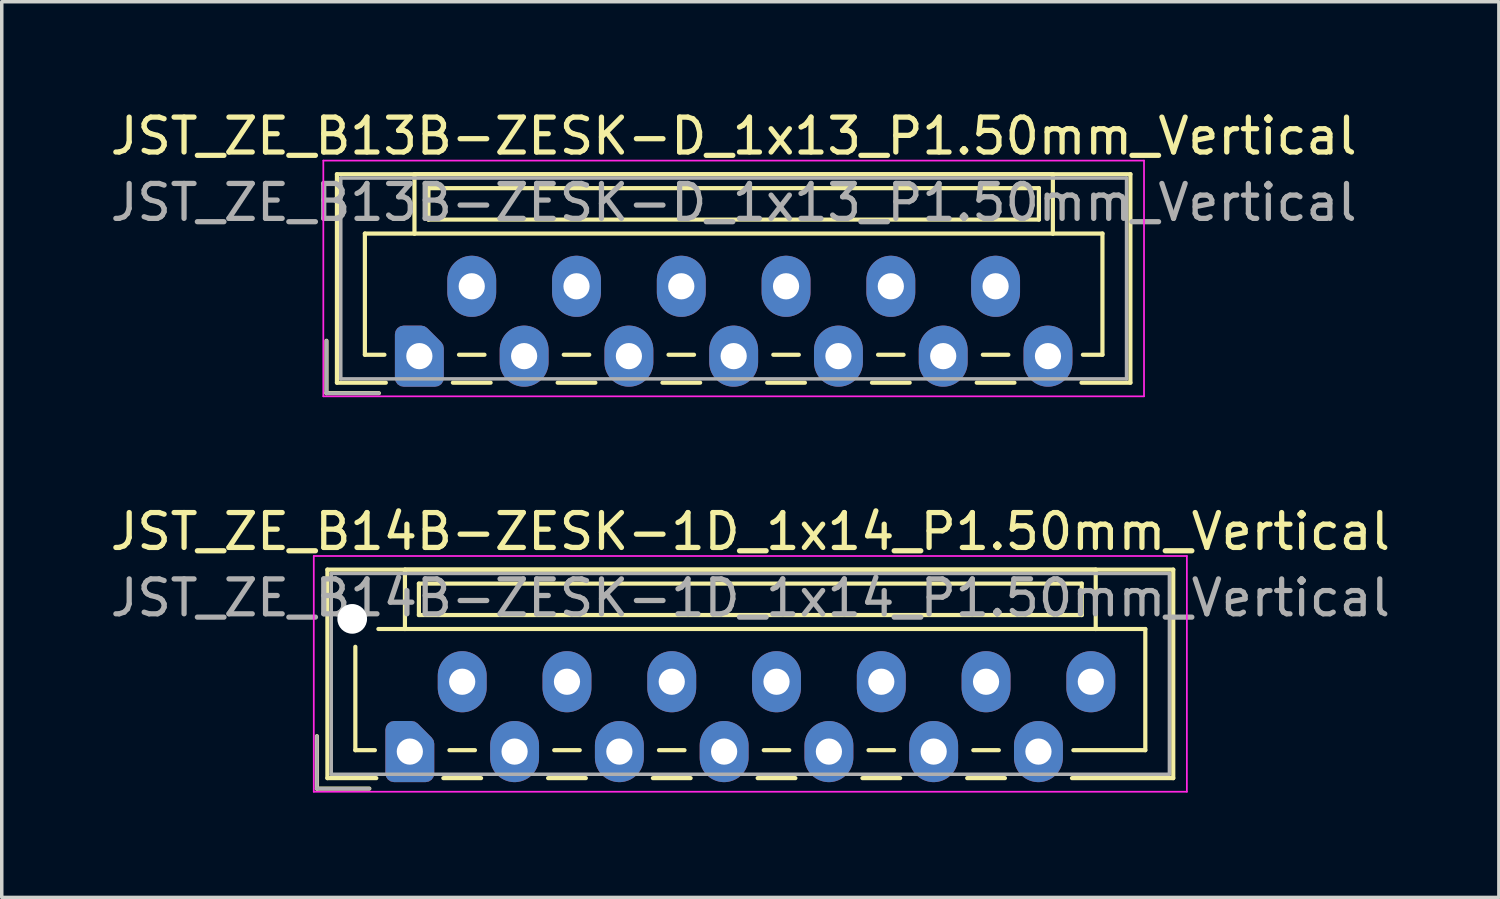
<source format=kicad_pcb>
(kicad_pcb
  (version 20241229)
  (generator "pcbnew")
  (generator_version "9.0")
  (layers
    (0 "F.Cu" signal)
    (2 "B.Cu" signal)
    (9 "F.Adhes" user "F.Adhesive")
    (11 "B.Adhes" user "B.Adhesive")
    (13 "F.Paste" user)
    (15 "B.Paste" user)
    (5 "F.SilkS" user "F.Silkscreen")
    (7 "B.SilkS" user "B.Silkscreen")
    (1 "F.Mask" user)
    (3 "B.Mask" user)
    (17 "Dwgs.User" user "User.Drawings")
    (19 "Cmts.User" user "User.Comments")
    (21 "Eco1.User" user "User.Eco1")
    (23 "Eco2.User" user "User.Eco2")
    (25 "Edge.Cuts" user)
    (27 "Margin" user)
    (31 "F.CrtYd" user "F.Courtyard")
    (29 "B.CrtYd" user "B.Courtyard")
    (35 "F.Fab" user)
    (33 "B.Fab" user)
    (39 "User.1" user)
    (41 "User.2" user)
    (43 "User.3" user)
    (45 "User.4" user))
  (footprint "JST_ZE_B13B-ZESK-D_1x13_P1.50mm_Vertical"
    (layer "F.Cu")
    (at 8.958 7.148)
    (property "Reference" "JST_ZE_B13B-ZESK-D_1x13_P1.50mm_Vertical" (at 9 -6.3 0) (layer "F.SilkS") (effects (font (size 1 1) (thickness 0.15))))
    (attr through_hole)
    (fp_line (start -2.66 -0.44) (end -2.66 1.06) (stroke (width 0.12) (type solid)) (layer "F.SilkS"))
    (fp_line (start -2.66 1.06) (end -1.16 1.06) (stroke (width 0.12) (type solid)) (layer "F.SilkS"))
    (fp_line (start -2.36 -5.21) (end 20.36 -5.21) (stroke (width 0.12) (type solid)) (layer "F.SilkS"))
    (fp_line (start -2.36 0.76) (end -2.36 -5.21) (stroke (width 0.12) (type solid)) (layer "F.SilkS"))
    (fp_line (start -1.56 -3.51) (end -1.56 -0.04) (stroke (width 0.12) (type solid)) (layer "F.SilkS"))
    (fp_line (start -1.56 -0.04) (end -1 -0.04) (stroke (width 0.12) (type solid)) (layer "F.SilkS"))
    (fp_line (start -0.96 0.76) (end -2.36 0.76) (stroke (width 0.12) (type solid)) (layer "F.SilkS"))
    (fp_line (start -0.14 -5.21) (end -0.14 -3.51) (stroke (width 0.12) (type solid)) (layer "F.SilkS"))
    (fp_line (start -0.14 -3.51) (end -1.56 -3.51) (stroke (width 0.12) (type solid)) (layer "F.SilkS"))
    (fp_line (start -0.14 -3.51) (end 18.14 -3.51) (stroke (width 0.12) (type solid)) (layer "F.SilkS"))
    (fp_line (start 0.26 -4.81) (end 0.26 -3.91) (stroke (width 0.12) (type solid)) (layer "F.SilkS"))
    (fp_line (start 0.26 -3.91) (end 17.74 -3.91) (stroke (width 0.12) (type solid)) (layer "F.SilkS"))
    (fp_line (start 0.96 0.76) (end 2.04 0.76) (stroke (width 0.12) (type solid)) (layer "F.SilkS"))
    (fp_line (start 1.135 -0.04) (end 1.865 -0.04) (stroke (width 0.12) (type solid)) (layer "F.SilkS"))
    (fp_line (start 3.96 0.76) (end 5.04 0.76) (stroke (width 0.12) (type solid)) (layer "F.SilkS"))
    (fp_line (start 4.135 -0.04) (end 4.865 -0.04) (stroke (width 0.12) (type solid)) (layer "F.SilkS"))
    (fp_line (start 6.96 0.76) (end 8.04 0.76) (stroke (width 0.12) (type solid)) (layer "F.SilkS"))
    (fp_line (start 7.135 -0.04) (end 7.865 -0.04) (stroke (width 0.12) (type solid)) (layer "F.SilkS"))
    (fp_line (start 9.96 0.76) (end 11.04 0.76) (stroke (width 0.12) (type solid)) (layer "F.SilkS"))
    (fp_line (start 10.135 -0.04) (end 10.865 -0.04) (stroke (width 0.12) (type solid)) (layer "F.SilkS"))
    (fp_line (start 12.96 0.76) (end 14.04 0.76) (stroke (width 0.12) (type solid)) (layer "F.SilkS"))
    (fp_line (start 13.135 -0.04) (end 13.865 -0.04) (stroke (width 0.12) (type solid)) (layer "F.SilkS"))
    (fp_line (start 15.96 0.76) (end 17.04 0.76) (stroke (width 0.12) (type solid)) (layer "F.SilkS"))
    (fp_line (start 16.135 -0.04) (end 16.865 -0.04) (stroke (width 0.12) (type solid)) (layer "F.SilkS"))
    (fp_line (start 17.74 -4.81) (end 0.26 -4.81) (stroke (width 0.12) (type solid)) (layer "F.SilkS"))
    (fp_line (start 17.74 -3.91) (end 17.74 -4.81) (stroke (width 0.12) (type solid)) (layer "F.SilkS"))
    (fp_line (start 18.14 -5.21) (end -0.14 -5.21) (stroke (width 0.12) (type solid)) (layer "F.SilkS"))
    (fp_line (start 18.14 -3.51) (end 18.14 -5.21) (stroke (width 0.12) (type solid)) (layer "F.SilkS"))
    (fp_line (start 18.14 -3.51) (end 19.56 -3.51) (stroke (width 0.12) (type solid)) (layer "F.SilkS"))
    (fp_line (start 19.56 -3.51) (end 19.56 -0.04) (stroke (width 0.12) (type solid)) (layer "F.SilkS"))
    (fp_line (start 19.56 -0.04) (end 19 -0.04) (stroke (width 0.12) (type solid)) (layer "F.SilkS"))
    (fp_line (start 20.36 -5.21) (end 20.36 0.76) (stroke (width 0.12) (type solid)) (layer "F.SilkS"))
    (fp_line (start 20.36 0.76) (end 18.96 0.76) (stroke (width 0.12) (type solid)) (layer "F.SilkS"))
    (fp_line (start -2.75 -5.6) (end -2.75 1.15) (stroke (width 0.05) (type solid)) (layer "F.CrtYd"))
    (fp_line (start -2.75 1.15) (end 20.75 1.15) (stroke (width 0.05) (type solid)) (layer "F.CrtYd"))
    (fp_line (start 20.75 -5.6) (end -2.75 -5.6) (stroke (width 0.05) (type solid)) (layer "F.CrtYd"))
    (fp_line (start 20.75 1.15) (end 20.75 -5.6) (stroke (width 0.05) (type solid)) (layer "F.CrtYd"))
    (fp_line (start -2.66 -0.44) (end -2.66 1.06) (stroke (width 0.1) (type solid)) (layer "F.Fab"))
    (fp_line (start -2.66 1.06) (end -1.16 1.06) (stroke (width 0.1) (type solid)) (layer "F.Fab"))
    (fp_line (start -2.25 -5.1) (end -2.25 0.65) (stroke (width 0.1) (type solid)) (layer "F.Fab"))
    (fp_line (start -2.25 0.65) (end 20.25 0.65) (stroke (width 0.1) (type solid)) (layer "F.Fab"))
    (fp_line (start 20.25 -5.1) (end -2.25 -5.1) (stroke (width 0.1) (type solid)) (layer "F.Fab"))
    (fp_line (start 20.25 0.65) (end 20.25 -5.1) (stroke (width 0.1) (type solid)) (layer "F.Fab"))
    (fp_text user "${REFERENCE}" (at 9 -4.4 0) (layer "F.Fab") (effects (font (size 1 1) (thickness 0.15))))
    (pad "1" thru_hole custom (at 0 0) (size 1.117 1.117) (drill 0.75) (layers "*.Cu" "*.Mask") (options (anchor circle)) (primitives (gr_poly (pts (xy 0.45 -0.225) (xy 0.45 0.625) (xy -0.45 0.625) (xy -0.45 -0.625) (xy 0.05 -0.625)) (width 0.5) (fill yes))))
    (pad "2" thru_hole oval (at 1.5 -2) (size 1.4 1.75) (drill 0.75) (layers "*.Cu" "*.Mask"))
    (pad "3" thru_hole oval (at 3 0) (size 1.4 1.75) (drill 0.75) (layers "*.Cu" "*.Mask"))
    (pad "4" thru_hole oval (at 4.5 -2) (size 1.4 1.75) (drill 0.75) (layers "*.Cu" "*.Mask"))
    (pad "5" thru_hole oval (at 6 0) (size 1.4 1.75) (drill 0.75) (layers "*.Cu" "*.Mask"))
    (pad "6" thru_hole oval (at 7.5 -2) (size 1.4 1.75) (drill 0.75) (layers "*.Cu" "*.Mask"))
    (pad "7" thru_hole oval (at 9 0) (size 1.4 1.75) (drill 0.75) (layers "*.Cu" "*.Mask"))
    (pad "8" thru_hole oval (at 10.5 -2) (size 1.4 1.75) (drill 0.75) (layers "*.Cu" "*.Mask"))
    (pad "9" thru_hole oval (at 12 0) (size 1.4 1.75) (drill 0.75) (layers "*.Cu" "*.Mask"))
    (pad "10" thru_hole oval (at 13.5 -2) (size 1.4 1.75) (drill 0.75) (layers "*.Cu" "*.Mask"))
    (pad "11" thru_hole oval (at 15 0) (size 1.4 1.75) (drill 0.75) (layers "*.Cu" "*.Mask"))
    (pad "12" thru_hole oval (at 16.5 -2) (size 1.4 1.75) (drill 0.75) (layers "*.Cu" "*.Mask"))
    (pad "13" thru_hole oval (at 18 0) (size 1.4 1.75) (drill 0.75) (layers "*.Cu" "*.Mask")))
  (footprint "JST_ZE_B14B-ZESK-1D_1x14_P1.50mm_Vertical"
    (layer "F.Cu")
    (at 8.685 18.471)
    (property "Reference" "JST_ZE_B14B-ZESK-1D_1x14_P1.50mm_Vertical" (at 9.75 -6.3 0) (layer "F.SilkS") (effects (font (size 1 1) (thickness 0.15))))
    (attr through_hole)
    (fp_line (start -2.66 -0.44) (end -2.66 1.06) (stroke (width 0.12) (type solid)) (layer "F.SilkS"))
    (fp_line (start -2.66 1.06) (end -1.16 1.06) (stroke (width 0.12) (type solid)) (layer "F.SilkS"))
    (fp_line (start -2.36 -5.21) (end 21.86 -5.21) (stroke (width 0.12) (type solid)) (layer "F.SilkS"))
    (fp_line (start -2.36 0.76) (end -2.36 -5.21) (stroke (width 0.12) (type solid)) (layer "F.SilkS"))
    (fp_line (start -1.56 -3) (end -1.56 -0.04) (stroke (width 0.12) (type solid)) (layer "F.SilkS"))
    (fp_line (start -1.56 -0.04) (end -1 -0.04) (stroke (width 0.12) (type solid)) (layer "F.SilkS"))
    (fp_line (start -0.96 0.76) (end -2.36 0.76) (stroke (width 0.12) (type solid)) (layer "F.SilkS"))
    (fp_line (start -0.14 -5.21) (end -0.14 -3.51) (stroke (width 0.12) (type solid)) (layer "F.SilkS"))
    (fp_line (start -0.14 -3.51) (end -0.9 -3.51) (stroke (width 0.12) (type solid)) (layer "F.SilkS"))
    (fp_line (start -0.14 -3.51) (end 19.64 -3.51) (stroke (width 0.12) (type solid)) (layer "F.SilkS"))
    (fp_line (start 0.26 -4.81) (end 0.26 -3.91) (stroke (width 0.12) (type solid)) (layer "F.SilkS"))
    (fp_line (start 0.26 -3.91) (end 19.24 -3.91) (stroke (width 0.12) (type solid)) (layer "F.SilkS"))
    (fp_line (start 0.96 0.76) (end 2.04 0.76) (stroke (width 0.12) (type solid)) (layer "F.SilkS"))
    (fp_line (start 1.135 -0.04) (end 1.865 -0.04) (stroke (width 0.12) (type solid)) (layer "F.SilkS"))
    (fp_line (start 3.96 0.76) (end 5.04 0.76) (stroke (width 0.12) (type solid)) (layer "F.SilkS"))
    (fp_line (start 4.135 -0.04) (end 4.865 -0.04) (stroke (width 0.12) (type solid)) (layer "F.SilkS"))
    (fp_line (start 6.96 0.76) (end 8.04 0.76) (stroke (width 0.12) (type solid)) (layer "F.SilkS"))
    (fp_line (start 7.135 -0.04) (end 7.865 -0.04) (stroke (width 0.12) (type solid)) (layer "F.SilkS"))
    (fp_line (start 9.96 0.76) (end 11.04 0.76) (stroke (width 0.12) (type solid)) (layer "F.SilkS"))
    (fp_line (start 10.135 -0.04) (end 10.865 -0.04) (stroke (width 0.12) (type solid)) (layer "F.SilkS"))
    (fp_line (start 12.96 0.76) (end 14.04 0.76) (stroke (width 0.12) (type solid)) (layer "F.SilkS"))
    (fp_line (start 13.135 -0.04) (end 13.865 -0.04) (stroke (width 0.12) (type solid)) (layer "F.SilkS"))
    (fp_line (start 15.96 0.76) (end 17.04 0.76) (stroke (width 0.12) (type solid)) (layer "F.SilkS"))
    (fp_line (start 16.135 -0.04) (end 16.865 -0.04) (stroke (width 0.12) (type solid)) (layer "F.SilkS"))
    (fp_line (start 19.24 -4.81) (end 0.26 -4.81) (stroke (width 0.12) (type solid)) (layer "F.SilkS"))
    (fp_line (start 19.24 -3.91) (end 19.24 -4.81) (stroke (width 0.12) (type solid)) (layer "F.SilkS"))
    (fp_line (start 19.64 -5.21) (end -0.14 -5.21) (stroke (width 0.12) (type solid)) (layer "F.SilkS"))
    (fp_line (start 19.64 -3.51) (end 19.64 -5.21) (stroke (width 0.12) (type solid)) (layer "F.SilkS"))
    (fp_line (start 19.64 -3.51) (end 21.06 -3.51) (stroke (width 0.12) (type solid)) (layer "F.SilkS"))
    (fp_line (start 21.06 -3.51) (end 21.06 -0.04) (stroke (width 0.12) (type solid)) (layer "F.SilkS"))
    (fp_line (start 21.06 -0.04) (end 19 -0.04) (stroke (width 0.12) (type solid)) (layer "F.SilkS"))
    (fp_line (start 21.86 -5.21) (end 21.86 0.76) (stroke (width 0.12) (type solid)) (layer "F.SilkS"))
    (fp_line (start 21.86 0.76) (end 18.96 0.76) (stroke (width 0.12) (type solid)) (layer "F.SilkS"))
    (fp_line (start -2.75 -5.6) (end -2.75 1.15) (stroke (width 0.05) (type solid)) (layer "F.CrtYd"))
    (fp_line (start -2.75 1.15) (end 22.25 1.15) (stroke (width 0.05) (type solid)) (layer "F.CrtYd"))
    (fp_line (start 22.25 -5.6) (end -2.75 -5.6) (stroke (width 0.05) (type solid)) (layer "F.CrtYd"))
    (fp_line (start 22.25 1.15) (end 22.25 -5.6) (stroke (width 0.05) (type solid)) (layer "F.CrtYd"))
    (fp_line (start -2.66 -0.44) (end -2.66 1.06) (stroke (width 0.1) (type solid)) (layer "F.Fab"))
    (fp_line (start -2.66 1.06) (end -1.16 1.06) (stroke (width 0.1) (type solid)) (layer "F.Fab"))
    (fp_line (start -2.25 -5.1) (end -2.25 0.65) (stroke (width 0.1) (type solid)) (layer "F.Fab"))
    (fp_line (start -2.25 0.65) (end 21.75 0.65) (stroke (width 0.1) (type solid)) (layer "F.Fab"))
    (fp_line (start 21.75 -5.1) (end -2.25 -5.1) (stroke (width 0.1) (type solid)) (layer "F.Fab"))
    (fp_line (start 21.75 0.65) (end 21.75 -5.1) (stroke (width 0.1) (type solid)) (layer "F.Fab"))
    (fp_text user "${REFERENCE}" (at 9.75 -4.4 0) (layer "F.Fab") (effects (font (size 1 1) (thickness 0.15))))
    (pad "" np_thru_hole circle (at -1.65 -3.8) (size 0.85 0.85) (drill 0.85) (layers "*.Cu" "*.Mask"))
    (pad "1" thru_hole custom (at 0 0) (size 1.117 1.117) (drill 0.75) (layers "*.Cu" "*.Mask") (options (anchor circle)) (primitives (gr_poly (pts (xy 0.45 -0.225) (xy 0.45 0.625) (xy -0.45 0.625) (xy -0.45 -0.625) (xy 0.05 -0.625)) (width 0.5) (fill yes))))
    (pad "2" thru_hole oval (at 1.5 -2) (size 1.4 1.75) (drill 0.75) (layers "*.Cu" "*.Mask"))
    (pad "3" thru_hole oval (at 3 0) (size 1.4 1.75) (drill 0.75) (layers "*.Cu" "*.Mask"))
    (pad "4" thru_hole oval (at 4.5 -2) (size 1.4 1.75) (drill 0.75) (layers "*.Cu" "*.Mask"))
    (pad "5" thru_hole oval (at 6 0) (size 1.4 1.75) (drill 0.75) (layers "*.Cu" "*.Mask"))
    (pad "6" thru_hole oval (at 7.5 -2) (size 1.4 1.75) (drill 0.75) (layers "*.Cu" "*.Mask"))
    (pad "7" thru_hole oval (at 9 0) (size 1.4 1.75) (drill 0.75) (layers "*.Cu" "*.Mask"))
    (pad "8" thru_hole oval (at 10.5 -2) (size 1.4 1.75) (drill 0.75) (layers "*.Cu" "*.Mask"))
    (pad "9" thru_hole oval (at 12 0) (size 1.4 1.75) (drill 0.75) (layers "*.Cu" "*.Mask"))
    (pad "10" thru_hole oval (at 13.5 -2) (size 1.4 1.75) (drill 0.75) (layers "*.Cu" "*.Mask"))
    (pad "11" thru_hole oval (at 15 0) (size 1.4 1.75) (drill 0.75) (layers "*.Cu" "*.Mask"))
    (pad "12" thru_hole oval (at 16.5 -2) (size 1.4 1.75) (drill 0.75) (layers "*.Cu" "*.Mask"))
    (pad "13" thru_hole oval (at 18 0) (size 1.4 1.75) (drill 0.75) (layers "*.Cu" "*.Mask"))
    (pad "14" thru_hole oval (at 19.5 -2) (size 1.4 1.75) (drill 0.75) (layers "*.Cu" "*.Mask")))
  (gr_rect
    (start -3 -3)
    (end 39.869 22.646)
    (stroke (width 0.1) (type default))
    (fill no)
    (layer "Edge.Cuts")))
</source>
